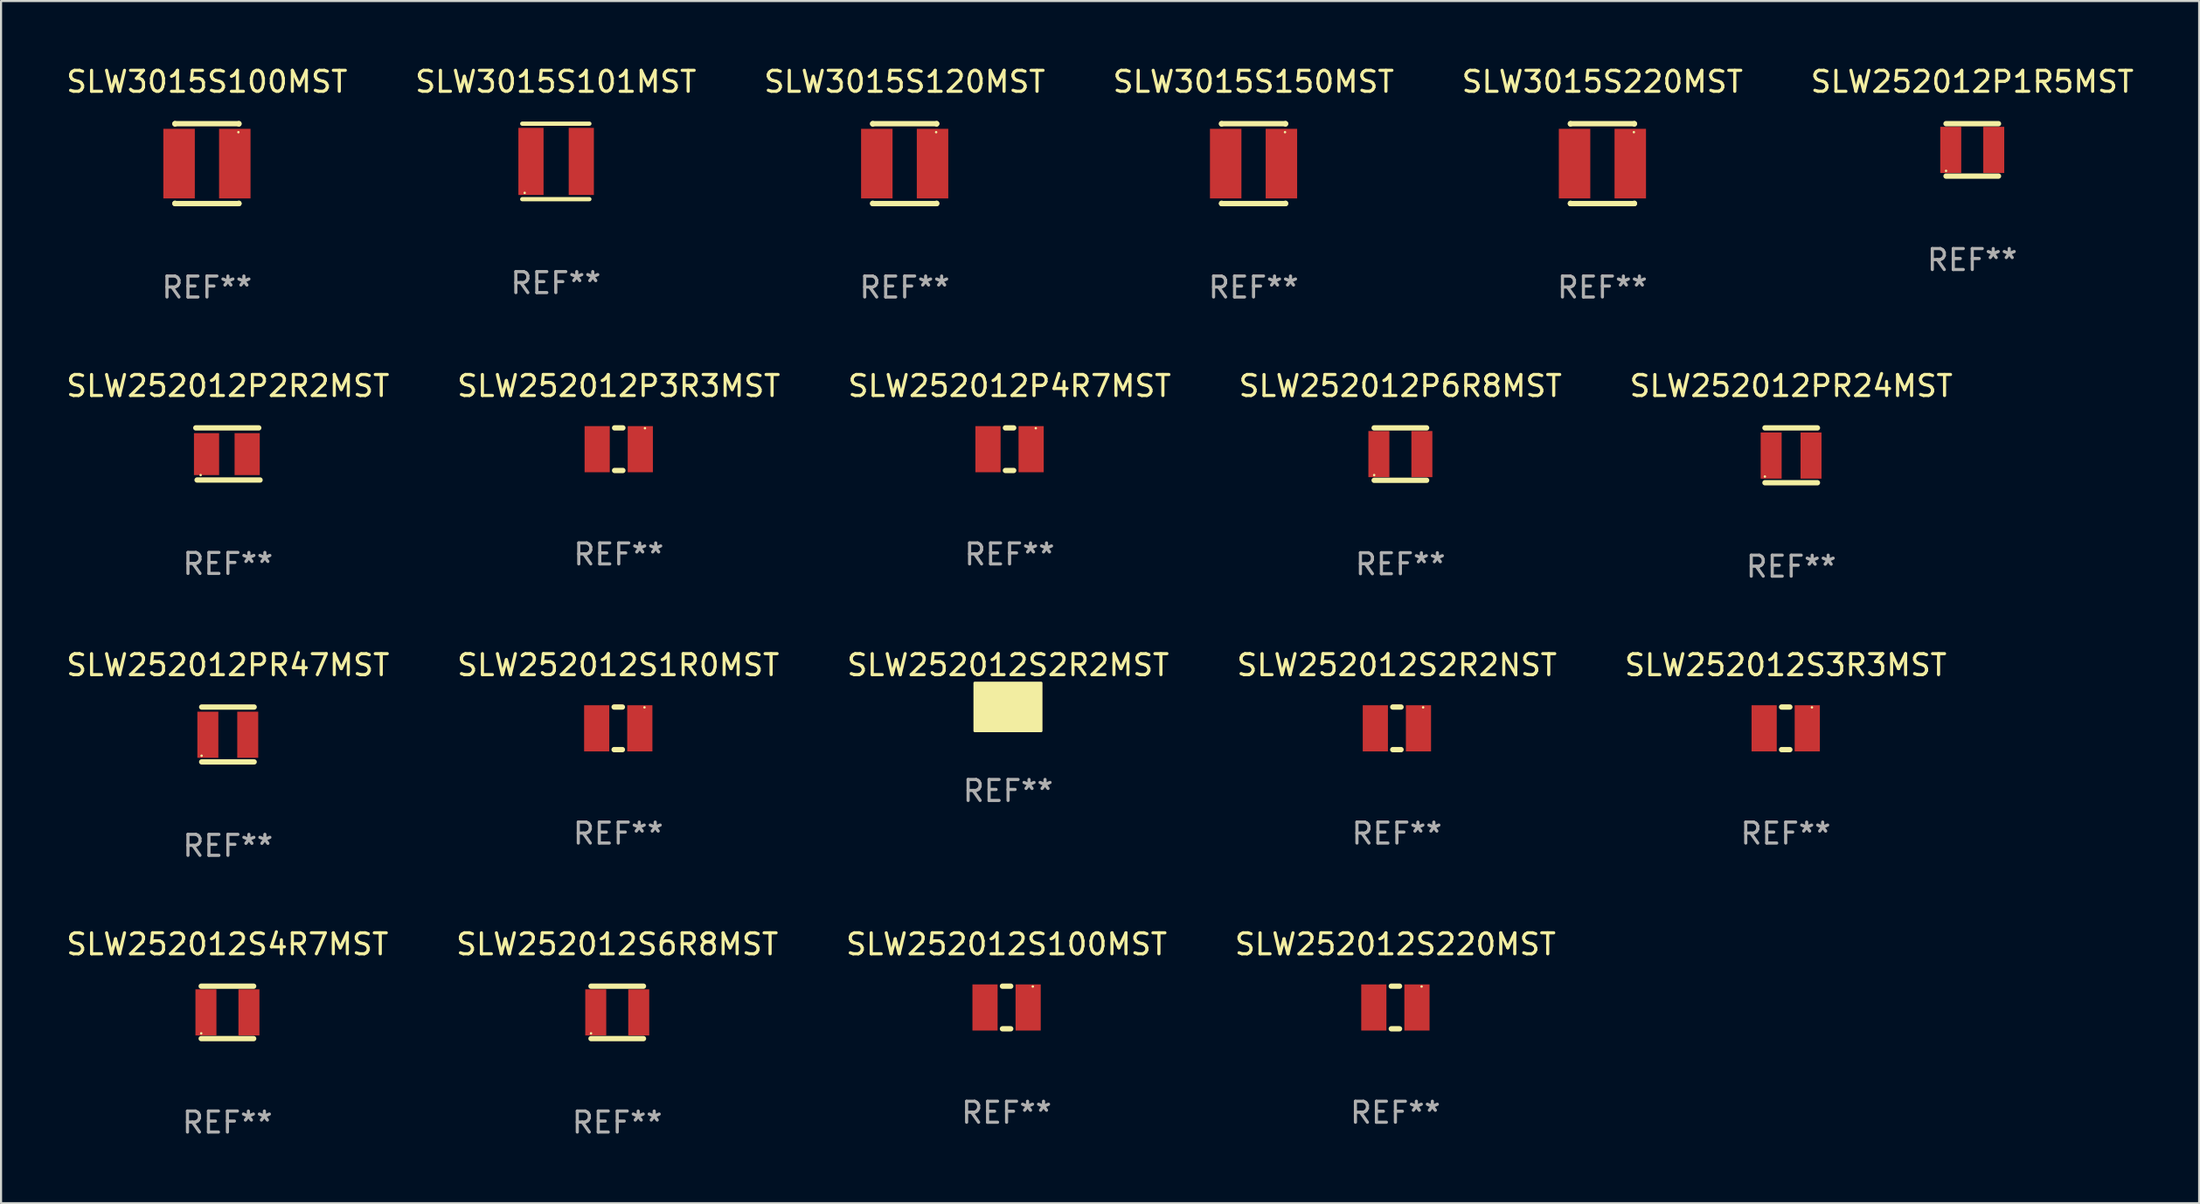
<source format=kicad_pcb>
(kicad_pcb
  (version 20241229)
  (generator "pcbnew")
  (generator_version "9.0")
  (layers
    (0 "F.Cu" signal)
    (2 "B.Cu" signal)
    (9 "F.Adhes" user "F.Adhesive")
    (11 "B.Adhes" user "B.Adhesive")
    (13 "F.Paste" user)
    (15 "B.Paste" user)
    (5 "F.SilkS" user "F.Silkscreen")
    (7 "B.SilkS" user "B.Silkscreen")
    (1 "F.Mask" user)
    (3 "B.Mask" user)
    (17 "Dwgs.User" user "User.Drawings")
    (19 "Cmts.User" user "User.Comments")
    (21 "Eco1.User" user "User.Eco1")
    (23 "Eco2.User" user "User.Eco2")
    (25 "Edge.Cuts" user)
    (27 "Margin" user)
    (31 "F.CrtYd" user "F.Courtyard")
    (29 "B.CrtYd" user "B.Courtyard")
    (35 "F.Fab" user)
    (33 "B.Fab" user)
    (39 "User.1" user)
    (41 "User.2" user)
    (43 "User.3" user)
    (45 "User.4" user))
  (footprint "SLW252012PR24MST"
    (layer "F.Cu")
    (at 82.339 18.663)
    (property "Reference" "SLW252012PR24MST" (at 0 -3.308 0) (layer "F.SilkS") (effects (font (size 1 1) (thickness 0.15))))
    (attr through_hole)
    (fp_line (start -1.25 -1.308) (end 1.25 -1.308) (stroke (width 0.254) (type solid)) (layer "F.SilkS"))
    (fp_line (start -1.25 1.308) (end 1.25 1.308) (stroke (width 0.254) (type solid)) (layer "F.SilkS"))
    (fp_circle (center -1.255 1.013) (end -1.225 1.013) (stroke (width 0.06) (type solid)) (fill no) (layer "F.SilkS"))
    (fp_text user "REF**" (at 0 5.308 0) (layer "F.Fab") (effects (font (size 1 1) (thickness 0.15))))
    (pad "1" smd rect (at -0.956 0.013) (size 1 2.2) (layers "F.Cu" "F.Mask" "F.Paste"))
    (pad "2" smd rect (at 0.945 0.013) (size 1 2.2) (layers "F.Cu" "F.Mask" "F.Paste")))
  (footprint "SLW3015S101MST"
    (layer "F.Cu")
    (at 23.446 4.648)
    (property "Reference" "SLW3015S101MST" (at 0 -3.8 0) (layer "F.SilkS") (effects (font (size 1 1) (thickness 0.15))))
    (attr through_hole)
    (fp_line (start -1.6 -1.8) (end 1.6 -1.8) (stroke (width 0.203) (type solid)) (layer "F.SilkS"))
    (fp_line (start -1.6 1.8) (end 1.6 1.8) (stroke (width 0.203) (type solid)) (layer "F.SilkS"))
    (fp_circle (center -1.484 1.5) (end -1.454 1.5) (stroke (width 0.06) (type solid)) (fill no) (layer "F.SilkS"))
    (fp_text user "REF**" (at 0 5.8 0) (layer "F.Fab") (effects (font (size 1 1) (thickness 0.15))))
    (pad "1" smd rect (at -1.184 0) (size 1.2 3.2) (layers "F.Cu" "F.Mask" "F.Paste"))
    (pad "2" smd rect (at 1.215 0) (size 1.2 3.2) (layers "F.Cu" "F.Mask" "F.Paste")))
  (footprint "SLW252012P2R2MST"
    (layer "F.Cu")
    (at 7.815 18.598)
    (property "Reference" "SLW252012P2R2MST" (at 0 -3.243 0) (layer "F.SilkS") (effects (font (size 1 1) (thickness 0.15))))
    (attr through_hole)
    (fp_line (start -1.531 -1.243) (end 1.469 -1.243) (stroke (width 0.254) (type solid)) (layer "F.SilkS"))
    (fp_line (start -1.469 1.243) (end 1.531 1.243) (stroke (width 0.254) (type solid)) (layer "F.SilkS"))
    (fp_circle (center -1.3 1.009) (end -1.27 1.009) (stroke (width 0.06) (type solid)) (fill no) (layer "F.SilkS"))
    (fp_text user "REF**" (at 0 5.243 0) (layer "F.Fab") (effects (font (size 1 1) (thickness 0.15))))
    (pad "1" smd rect (at -1.019 0.009) (size 1.2 2) (layers "F.Cu" "F.Mask" "F.Paste"))
    (pad "2" smd rect (at 0.918 0.009) (size 1.2 2) (layers "F.Cu" "F.Mask" "F.Paste")))
  (footprint "SLW252012PR47MST"
    (layer "F.Cu")
    (at 7.815 31.976)
    (property "Reference" "SLW252012PR47MST" (at 0 -3.308 0) (layer "F.SilkS") (effects (font (size 1 1) (thickness 0.15))))
    (attr through_hole)
    (fp_line (start -1.25 -1.308) (end 1.25 -1.308) (stroke (width 0.254) (type solid)) (layer "F.SilkS"))
    (fp_line (start -1.25 1.308) (end 1.25 1.308) (stroke (width 0.254) (type solid)) (layer "F.SilkS"))
    (fp_circle (center -1.255 1.013) (end -1.225 1.013) (stroke (width 0.06) (type solid)) (fill no) (layer "F.SilkS"))
    (fp_text user "REF**" (at 0 5.308 0) (layer "F.Fab") (effects (font (size 1 1) (thickness 0.15))))
    (pad "1" smd rect (at -0.956 0.013) (size 1 2.2) (layers "F.Cu" "F.Mask" "F.Paste"))
    (pad "2" smd rect (at 0.945 0.013) (size 1 2.2) (layers "F.Cu" "F.Mask" "F.Paste")))
  (footprint "SLW252012P6R8MST"
    (layer "F.Cu")
    (at 63.708 18.605)
    (property "Reference" "SLW252012P6R8MST" (at 0 -3.25 0) (layer "F.SilkS") (effects (font (size 1 1) (thickness 0.15))))
    (attr through_hole)
    (fp_line (start -1.25 -1.25) (end 1.25 -1.25) (stroke (width 0.254) (type solid)) (layer "F.SilkS"))
    (fp_line (start -1.25 1.25) (end 1.25 1.25) (stroke (width 0.254) (type solid)) (layer "F.SilkS"))
    (fp_circle (center -1.25 1) (end -1.22 1) (stroke (width 0.06) (type solid)) (fill no) (layer "F.SilkS"))
    (fp_text user "REF**" (at 0 5.25 0) (layer "F.Fab") (effects (font (size 1 1) (thickness 0.15))))
    (pad "1" smd rect (at -1.025 0) (size 1 2.2) (layers "F.Cu" "F.Mask" "F.Paste"))
    (pad "2" smd rect (at 1.025 0) (size 1 2.2) (layers "F.Cu" "F.Mask" "F.Paste")))
  (footprint "SLW252012S220MST"
    (layer "F.Cu")
    (at 63.47 44.996)
    (property "Reference" "SLW252012S220MST" (at 0 -3.016 0) (layer "F.SilkS") (effects (font (size 1 1) (thickness 0.15))))
    (attr through_hole)
    (fp_line (start -0.197 1.016) (end 0.197 1.016) (stroke (width 0.254) (type solid)) (layer "F.SilkS"))
    (fp_line (start 0.197 -1.016) (end -0.197 -1.016) (stroke (width 0.254) (type solid)) (layer "F.SilkS"))
    (fp_circle (center 1.25 -1) (end 1.28 -1) (stroke (width 0.06) (type solid)) (fill no) (layer "F.SilkS"))
    (fp_text user "REF**" (at 0 5.016 0) (layer "F.Fab") (effects (font (size 1 1) (thickness 0.15))))
    (pad "1" smd rect (at 1.028 0) (size 1.2 2.2) (layers "F.Cu" "F.Mask" "F.Paste"))
    (pad "2" smd rect (at -1.028 0) (size 1.2 2.2) (layers "F.Cu" "F.Mask" "F.Paste")))
  (footprint "SLW252012P3R3MST"
    (layer "F.Cu")
    (at 26.446 18.371)
    (property "Reference" "SLW252012P3R3MST" (at 0 -3.016 0) (layer "F.SilkS") (effects (font (size 1 1) (thickness 0.15))))
    (attr through_hole)
    (fp_line (start -0.197 1.016) (end 0.197 1.016) (stroke (width 0.254) (type solid)) (layer "F.SilkS"))
    (fp_line (start 0.197 -1.016) (end -0.197 -1.016) (stroke (width 0.254) (type solid)) (layer "F.SilkS"))
    (fp_circle (center 1.25 -1) (end 1.28 -1) (stroke (width 0.06) (type solid)) (fill no) (layer "F.SilkS"))
    (fp_text user "REF**" (at 0 5.016 0) (layer "F.Fab") (effects (font (size 1 1) (thickness 0.15))))
    (pad "1" smd rect (at 1.028 0) (size 1.2 2.2) (layers "F.Cu" "F.Mask" "F.Paste"))
    (pad "2" smd rect (at -1.028 0) (size 1.2 2.2) (layers "F.Cu" "F.Mask" "F.Paste")))
  (footprint "SLW252012S100MST"
    (layer "F.Cu")
    (at 44.935 44.996)
    (property "Reference" "SLW252012S100MST" (at 0 -3.016 0) (layer "F.SilkS") (effects (font (size 1 1) (thickness 0.15))))
    (attr through_hole)
    (fp_line (start -0.197 1.016) (end 0.197 1.016) (stroke (width 0.254) (type solid)) (layer "F.SilkS"))
    (fp_line (start 0.197 -1.016) (end -0.197 -1.016) (stroke (width 0.254) (type solid)) (layer "F.SilkS"))
    (fp_circle (center 1.25 -1) (end 1.28 -1) (stroke (width 0.06) (type solid)) (fill no) (layer "F.SilkS"))
    (fp_text user "REF**" (at 0 5.016 0) (layer "F.Fab") (effects (font (size 1 1) (thickness 0.15))))
    (pad "1" smd rect (at 1.028 0) (size 1.2 2.2) (layers "F.Cu" "F.Mask" "F.Paste"))
    (pad "2" smd rect (at -1.028 0) (size 1.2 2.2) (layers "F.Cu" "F.Mask" "F.Paste")))
  (footprint "SLW252012S6R8MST"
    (layer "F.Cu")
    (at 26.375 45.23)
    (property "Reference" "SLW252012S6R8MST" (at 0 -3.25 0) (layer "F.SilkS") (effects (font (size 1 1) (thickness 0.15))))
    (attr through_hole)
    (fp_line (start -1.25 -1.25) (end 1.25 -1.25) (stroke (width 0.254) (type solid)) (layer "F.SilkS"))
    (fp_line (start -1.25 1.25) (end 1.25 1.25) (stroke (width 0.254) (type solid)) (layer "F.SilkS"))
    (fp_circle (center -1.25 1) (end -1.22 1) (stroke (width 0.06) (type solid)) (fill no) (layer "F.SilkS"))
    (fp_text user "REF**" (at 0 5.25 0) (layer "F.Fab") (effects (font (size 1 1) (thickness 0.15))))
    (pad "1" smd rect (at -1.025 0) (size 1 2.2) (layers "F.Cu" "F.Mask" "F.Paste"))
    (pad "2" smd rect (at 1.025 0) (size 1 2.2) (layers "F.Cu" "F.Mask" "F.Paste")))
  (footprint "SLW3015S150MST"
    (layer "F.Cu")
    (at 56.708 4.753)
    (property "Reference" "SLW3015S150MST" (at 0 -3.905 0) (layer "F.SilkS") (effects (font (size 1 1) (thickness 0.15))))
    (attr through_hole)
    (fp_line (start -1.524 -1.905) (end 1.524 -1.905) (stroke (width 0.254) (type solid)) (layer "F.SilkS"))
    (fp_line (start -1.524 -1.891) (end -1.524 -1.905) (stroke (width 0.254) (type solid)) (layer "F.SilkS"))
    (fp_line (start -1.524 1.905) (end -1.524 1.891) (stroke (width 0.254) (type solid)) (layer "F.SilkS"))
    (fp_line (start -1.524 1.905) (end 1.524 1.905) (stroke (width 0.254) (type solid)) (layer "F.SilkS"))
    (fp_line (start 1.524 -1.905) (end 1.524 -1.891) (stroke (width 0.254) (type solid)) (layer "F.SilkS"))
    (fp_line (start 1.524 1.891) (end 1.524 1.905) (stroke (width 0.254) (type solid)) (layer "F.SilkS"))
    (fp_circle (center 1.5 -1.5) (end 1.53 -1.5) (stroke (width 0.06) (type solid)) (fill no) (layer "F.SilkS"))
    (fp_text user "REF**" (at 0 5.905 0) (layer "F.Fab") (effects (font (size 1 1) (thickness 0.15))))
    (pad "1" smd rect (at 1.328 0) (size 1.5 3.32) (layers "F.Cu" "F.Mask" "F.Paste"))
    (pad "2" smd rect (at -1.328 0) (size 1.5 3.32) (layers "F.Cu" "F.Mask" "F.Paste")))
  (footprint "SLW252012S2R2NST"
    (layer "F.Cu")
    (at 63.542 31.683)
    (property "Reference" "SLW252012S2R2NST" (at 0 -3.016 0) (layer "F.SilkS") (effects (font (size 1 1) (thickness 0.15))))
    (attr through_hole)
    (fp_line (start -0.197 1.016) (end 0.197 1.016) (stroke (width 0.254) (type solid)) (layer "F.SilkS"))
    (fp_line (start 0.197 -1.016) (end -0.197 -1.016) (stroke (width 0.254) (type solid)) (layer "F.SilkS"))
    (fp_circle (center 1.25 -1) (end 1.28 -1) (stroke (width 0.06) (type solid)) (fill no) (layer "F.SilkS"))
    (fp_text user "REF**" (at 0 5.016 0) (layer "F.Fab") (effects (font (size 1 1) (thickness 0.15))))
    (pad "1" smd rect (at 1.028 0) (size 1.2 2.2) (layers "F.Cu" "F.Mask" "F.Paste"))
    (pad "2" smd rect (at -1.028 0) (size 1.2 2.2) (layers "F.Cu" "F.Mask" "F.Paste")))
  (footprint "SLW252012S3R3MST"
    (layer "F.Cu")
    (at 82.077 31.683)
    (property "Reference" "SLW252012S3R3MST" (at 0 -3.016 0) (layer "F.SilkS") (effects (font (size 1 1) (thickness 0.15))))
    (attr through_hole)
    (fp_line (start -0.197 1.016) (end 0.197 1.016) (stroke (width 0.254) (type solid)) (layer "F.SilkS"))
    (fp_line (start 0.197 -1.016) (end -0.197 -1.016) (stroke (width 0.254) (type solid)) (layer "F.SilkS"))
    (fp_circle (center 1.25 -1) (end 1.28 -1) (stroke (width 0.06) (type solid)) (fill no) (layer "F.SilkS"))
    (fp_text user "REF**" (at 0 5.016 0) (layer "F.Fab") (effects (font (size 1 1) (thickness 0.15))))
    (pad "1" smd rect (at 1.028 0) (size 1.2 2.2) (layers "F.Cu" "F.Mask" "F.Paste"))
    (pad "2" smd rect (at -1.028 0) (size 1.2 2.2) (layers "F.Cu" "F.Mask" "F.Paste")))
  (footprint "SLW252012S2R2MST"
    (layer "F.Cu")
    (at 45.006 30.667)
    (property "Reference" "SLW252012S2R2MST" (at 0 -2 0) (layer "F.SilkS") (effects (font (size 1 1) (thickness 0.15))))
    (attr through_hole)
    (fp_circle (center -1.25 -1) (end -1.22 -1) (stroke (width 0.06) (type solid)) (fill no) (layer "F.SilkS"))
    (fp_poly (pts (xy -1.59 -1.148) (xy 1.58 -1.148) (xy 1.58 1.14) (xy -1.59 1.14)) (stroke (width 0.12) (type solid)) (fill yes) (layer "F.SilkS"))
    (fp_text user "REF**" (at 0 4 0) (layer "F.Fab") (effects (font (size 1 1) (thickness 0.15))))
    (pad "1" smd rect (at -0.95 0) (size 0.95 2) (layers "F.Cu" "F.Mask" "F.Paste"))
    (pad "2" smd rect (at 0.95 0) (size 0.95 2) (layers "F.Cu" "F.Mask" "F.Paste")))
  (footprint "SLW252012P1R5MST"
    (layer "F.Cu")
    (at 90.97 4.098)
    (property "Reference" "SLW252012P1R5MST" (at 0 -3.25 0) (layer "F.SilkS") (effects (font (size 1 1) (thickness 0.15))))
    (attr through_hole)
    (fp_line (start -1.25 -1.25) (end 1.25 -1.25) (stroke (width 0.254) (type solid)) (layer "F.SilkS"))
    (fp_line (start -1.25 1.25) (end 1.25 1.25) (stroke (width 0.254) (type solid)) (layer "F.SilkS"))
    (fp_circle (center -1.25 1) (end -1.22 1) (stroke (width 0.06) (type solid)) (fill no) (layer "F.SilkS"))
    (fp_text user "REF**" (at 0 5.25 0) (layer "F.Fab") (effects (font (size 1 1) (thickness 0.15))))
    (pad "1" smd rect (at -1.025 0) (size 1 2.2) (layers "F.Cu" "F.Mask" "F.Paste"))
    (pad "2" smd rect (at 1.025 0) (size 1 2.2) (layers "F.Cu" "F.Mask" "F.Paste")))
  (footprint "SLW3015S100MST"
    (layer "F.Cu")
    (at 6.815 4.753)
    (property "Reference" "SLW3015S100MST" (at 0 -3.905 0) (layer "F.SilkS") (effects (font (size 1 1) (thickness 0.15))))
    (attr through_hole)
    (fp_line (start -1.524 -1.905) (end 1.524 -1.905) (stroke (width 0.254) (type solid)) (layer "F.SilkS"))
    (fp_line (start -1.524 -1.891) (end -1.524 -1.905) (stroke (width 0.254) (type solid)) (layer "F.SilkS"))
    (fp_line (start -1.524 1.905) (end -1.524 1.891) (stroke (width 0.254) (type solid)) (layer "F.SilkS"))
    (fp_line (start -1.524 1.905) (end 1.524 1.905) (stroke (width 0.254) (type solid)) (layer "F.SilkS"))
    (fp_line (start 1.524 -1.905) (end 1.524 -1.891) (stroke (width 0.254) (type solid)) (layer "F.SilkS"))
    (fp_line (start 1.524 1.891) (end 1.524 1.905) (stroke (width 0.254) (type solid)) (layer "F.SilkS"))
    (fp_circle (center 1.5 -1.5) (end 1.53 -1.5) (stroke (width 0.06) (type solid)) (fill no) (layer "F.SilkS"))
    (fp_text user "REF**" (at 0 5.905 0) (layer "F.Fab") (effects (font (size 1 1) (thickness 0.15))))
    (pad "1" smd rect (at 1.328 0) (size 1.5 3.32) (layers "F.Cu" "F.Mask" "F.Paste"))
    (pad "2" smd rect (at -1.328 0) (size 1.5 3.32) (layers "F.Cu" "F.Mask" "F.Paste")))
  (footprint "SLW252012S4R7MST"
    (layer "F.Cu")
    (at 7.792 45.23)
    (property "Reference" "SLW252012S4R7MST" (at 0 -3.25 0) (layer "F.SilkS") (effects (font (size 1 1) (thickness 0.15))))
    (attr through_hole)
    (fp_line (start -1.25 -1.25) (end 1.25 -1.25) (stroke (width 0.254) (type solid)) (layer "F.SilkS"))
    (fp_line (start -1.25 1.25) (end 1.25 1.25) (stroke (width 0.254) (type solid)) (layer "F.SilkS"))
    (fp_circle (center -1.25 1) (end -1.22 1) (stroke (width 0.06) (type solid)) (fill no) (layer "F.SilkS"))
    (fp_text user "REF**" (at 0 5.25 0) (layer "F.Fab") (effects (font (size 1 1) (thickness 0.15))))
    (pad "1" smd rect (at -1.025 0) (size 1 2.2) (layers "F.Cu" "F.Mask" "F.Paste"))
    (pad "2" smd rect (at 1.025 0) (size 1 2.2) (layers "F.Cu" "F.Mask" "F.Paste")))
  (footprint "SLW252012P4R7MST"
    (layer "F.Cu")
    (at 45.077 18.371)
    (property "Reference" "SLW252012P4R7MST" (at 0 -3.016 0) (layer "F.SilkS") (effects (font (size 1 1) (thickness 0.15))))
    (attr through_hole)
    (fp_line (start -0.197 1.016) (end 0.197 1.016) (stroke (width 0.254) (type solid)) (layer "F.SilkS"))
    (fp_line (start 0.197 -1.016) (end -0.197 -1.016) (stroke (width 0.254) (type solid)) (layer "F.SilkS"))
    (fp_circle (center 1.25 -1) (end 1.28 -1) (stroke (width 0.06) (type solid)) (fill no) (layer "F.SilkS"))
    (fp_text user "REF**" (at 0 5.016 0) (layer "F.Fab") (effects (font (size 1 1) (thickness 0.15))))
    (pad "1" smd rect (at 1.028 0) (size 1.2 2.2) (layers "F.Cu" "F.Mask" "F.Paste"))
    (pad "2" smd rect (at -1.028 0) (size 1.2 2.2) (layers "F.Cu" "F.Mask" "F.Paste")))
  (footprint "SLW3015S120MST"
    (layer "F.Cu")
    (at 40.077 4.753)
    (property "Reference" "SLW3015S120MST" (at 0 -3.905 0) (layer "F.SilkS") (effects (font (size 1 1) (thickness 0.15))))
    (attr through_hole)
    (fp_line (start -1.524 -1.905) (end 1.524 -1.905) (stroke (width 0.254) (type solid)) (layer "F.SilkS"))
    (fp_line (start -1.524 -1.891) (end -1.524 -1.905) (stroke (width 0.254) (type solid)) (layer "F.SilkS"))
    (fp_line (start -1.524 1.905) (end -1.524 1.891) (stroke (width 0.254) (type solid)) (layer "F.SilkS"))
    (fp_line (start -1.524 1.905) (end 1.524 1.905) (stroke (width 0.254) (type solid)) (layer "F.SilkS"))
    (fp_line (start 1.524 -1.905) (end 1.524 -1.891) (stroke (width 0.254) (type solid)) (layer "F.SilkS"))
    (fp_line (start 1.524 1.891) (end 1.524 1.905) (stroke (width 0.254) (type solid)) (layer "F.SilkS"))
    (fp_circle (center 1.5 -1.5) (end 1.53 -1.5) (stroke (width 0.06) (type solid)) (fill no) (layer "F.SilkS"))
    (fp_text user "REF**" (at 0 5.905 0) (layer "F.Fab") (effects (font (size 1 1) (thickness 0.15))))
    (pad "1" smd rect (at 1.328 0) (size 1.5 3.32) (layers "F.Cu" "F.Mask" "F.Paste"))
    (pad "2" smd rect (at -1.328 0) (size 1.5 3.32) (layers "F.Cu" "F.Mask" "F.Paste")))
  (footprint "SLW3015S220MST"
    (layer "F.Cu")
    (at 73.339 4.753)
    (property "Reference" "SLW3015S220MST" (at 0 -3.905 0) (layer "F.SilkS") (effects (font (size 1 1) (thickness 0.15))))
    (attr through_hole)
    (fp_line (start -1.524 -1.905) (end 1.524 -1.905) (stroke (width 0.254) (type solid)) (layer "F.SilkS"))
    (fp_line (start -1.524 -1.891) (end -1.524 -1.905) (stroke (width 0.254) (type solid)) (layer "F.SilkS"))
    (fp_line (start -1.524 1.905) (end -1.524 1.891) (stroke (width 0.254) (type solid)) (layer "F.SilkS"))
    (fp_line (start -1.524 1.905) (end 1.524 1.905) (stroke (width 0.254) (type solid)) (layer "F.SilkS"))
    (fp_line (start 1.524 -1.905) (end 1.524 -1.891) (stroke (width 0.254) (type solid)) (layer "F.SilkS"))
    (fp_line (start 1.524 1.891) (end 1.524 1.905) (stroke (width 0.254) (type solid)) (layer "F.SilkS"))
    (fp_circle (center 1.5 -1.5) (end 1.53 -1.5) (stroke (width 0.06) (type solid)) (fill no) (layer "F.SilkS"))
    (fp_text user "REF**" (at 0 5.905 0) (layer "F.Fab") (effects (font (size 1 1) (thickness 0.15))))
    (pad "1" smd rect (at 1.328 0) (size 1.5 3.32) (layers "F.Cu" "F.Mask" "F.Paste"))
    (pad "2" smd rect (at -1.328 0) (size 1.5 3.32) (layers "F.Cu" "F.Mask" "F.Paste")))
  (footprint "SLW252012S1R0MST"
    (layer "F.Cu")
    (at 26.423 31.683)
    (property "Reference" "SLW252012S1R0MST" (at 0 -3.016 0) (layer "F.SilkS") (effects (font (size 1 1) (thickness 0.15))))
    (attr through_hole)
    (fp_line (start -0.197 1.016) (end 0.197 1.016) (stroke (width 0.254) (type solid)) (layer "F.SilkS"))
    (fp_line (start 0.197 -1.016) (end -0.197 -1.016) (stroke (width 0.254) (type solid)) (layer "F.SilkS"))
    (fp_circle (center 1.25 -1) (end 1.28 -1) (stroke (width 0.06) (type solid)) (fill no) (layer "F.SilkS"))
    (fp_text user "REF**" (at 0 5.016 0) (layer "F.Fab") (effects (font (size 1 1) (thickness 0.15))))
    (pad "1" smd rect (at 1.028 0) (size 1.2 2.2) (layers "F.Cu" "F.Mask" "F.Paste"))
    (pad "2" smd rect (at -1.028 0) (size 1.2 2.2) (layers "F.Cu" "F.Mask" "F.Paste")))
  (gr_rect
    (start -3 -3)
    (end 101.786 54.328)
    (stroke (width 0.1) (type default))
    (fill no)
    (layer "Edge.Cuts")))
</source>
